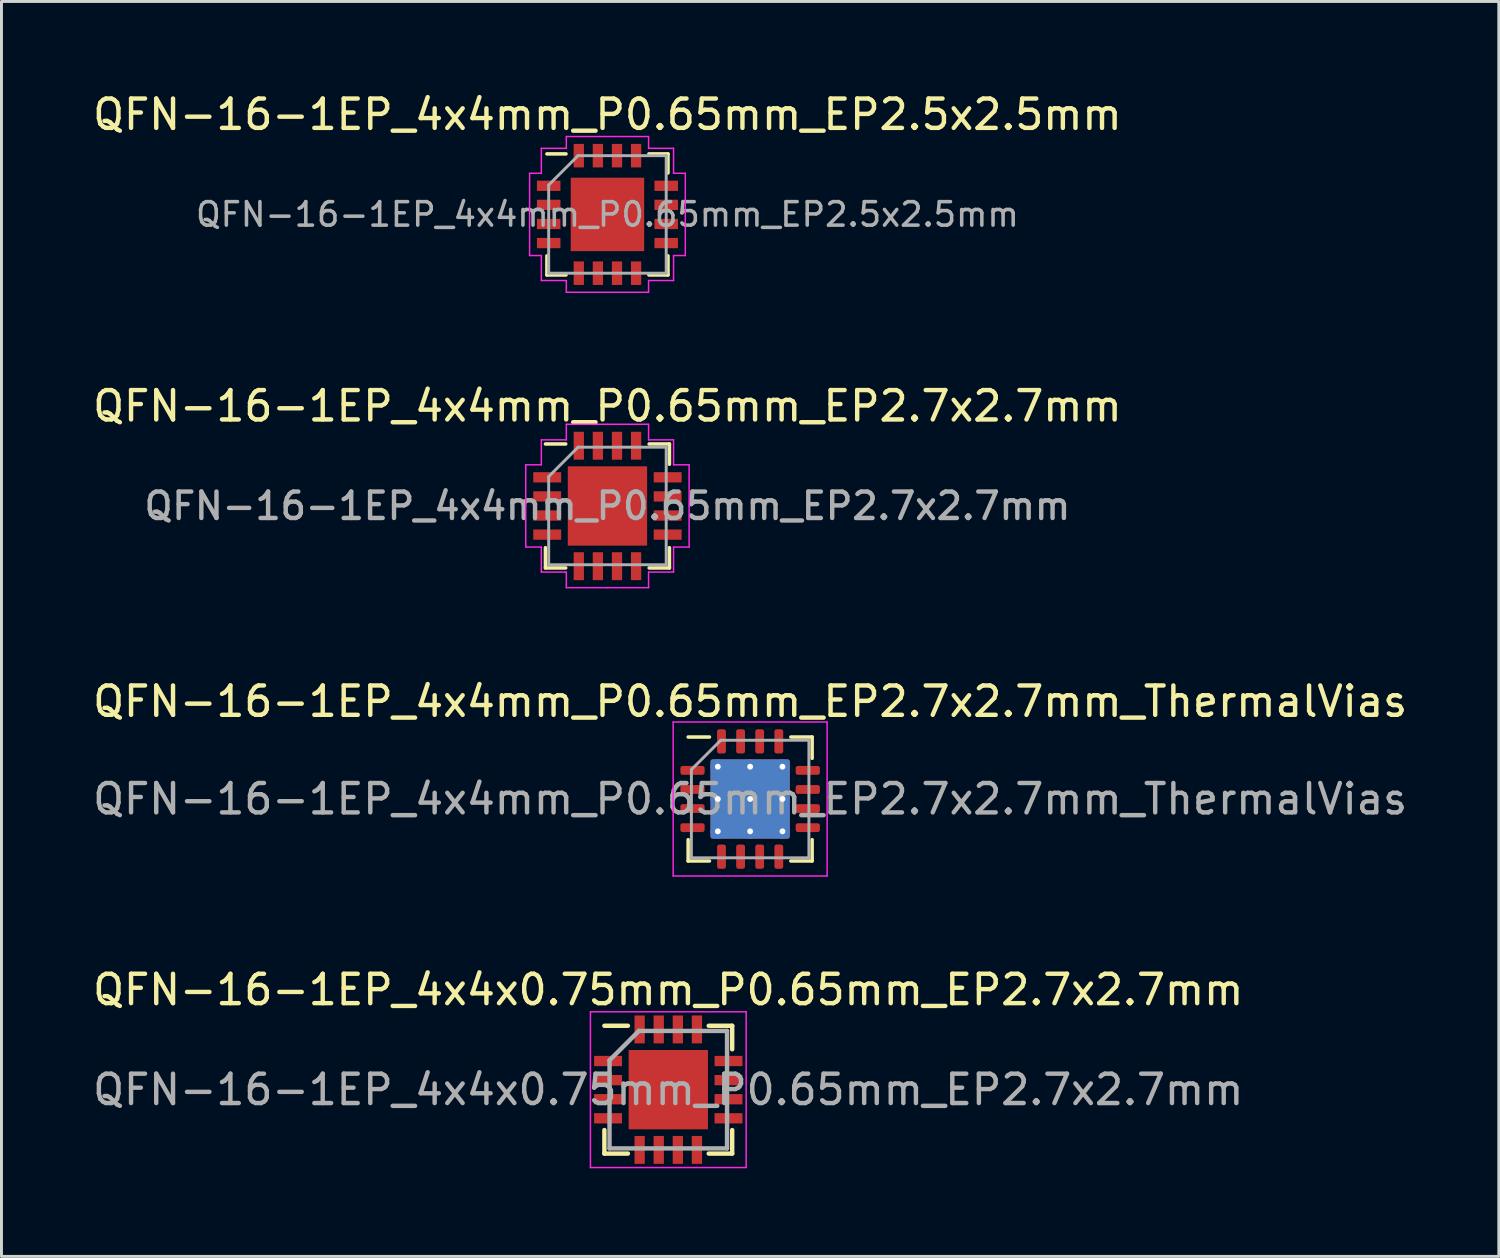
<source format=kicad_pcb>
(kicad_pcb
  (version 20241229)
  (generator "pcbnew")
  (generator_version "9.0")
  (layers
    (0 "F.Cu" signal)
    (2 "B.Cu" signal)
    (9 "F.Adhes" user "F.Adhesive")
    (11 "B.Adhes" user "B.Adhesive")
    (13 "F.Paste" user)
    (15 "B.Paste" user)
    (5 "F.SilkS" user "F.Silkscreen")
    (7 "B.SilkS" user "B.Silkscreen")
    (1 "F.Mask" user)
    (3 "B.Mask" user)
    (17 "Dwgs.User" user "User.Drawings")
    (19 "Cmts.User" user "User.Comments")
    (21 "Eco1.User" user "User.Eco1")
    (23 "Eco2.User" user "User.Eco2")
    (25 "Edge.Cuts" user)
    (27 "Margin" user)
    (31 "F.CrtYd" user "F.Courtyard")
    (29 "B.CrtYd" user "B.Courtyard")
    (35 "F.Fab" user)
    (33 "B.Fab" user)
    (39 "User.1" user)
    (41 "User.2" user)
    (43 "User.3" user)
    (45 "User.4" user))
  (footprint "QFN-16-1EP_4x4mm_P0.65mm_EP2.7x2.7mm"
    (layer "F.Cu")
    (at 17.625 14.171)
    (property "Reference" "QFN-16-1EP_4x4mm_P0.65mm_EP2.7x2.7mm" (at 0 -3.4 0) (layer "F.SilkS") (effects (font (size 1 1) (thickness 0.15))))
    (attr smd)
    (fp_line (start -2.11 1.42) (end -2.11 2.11) (stroke (width 0.12) (type solid)) (layer "F.SilkS"))
    (fp_line (start -1.42 -2.11) (end -2.11 -2.11) (stroke (width 0.12) (type solid)) (layer "F.SilkS"))
    (fp_line (start -1.42 2.11) (end -2.11 2.11) (stroke (width 0.12) (type solid)) (layer "F.SilkS"))
    (fp_line (start 1.42 2.11) (end 2.11 2.11) (stroke (width 0.12) (type solid)) (layer "F.SilkS"))
    (fp_line (start 2.11 -2.11) (end 1.42 -2.11) (stroke (width 0.12) (type solid)) (layer "F.SilkS"))
    (fp_line (start 2.11 -2.11) (end 2.11 -1.42) (stroke (width 0.12) (type solid)) (layer "F.SilkS"))
    (fp_line (start 2.11 1.42) (end 2.11 2.11) (stroke (width 0.12) (type solid)) (layer "F.SilkS"))
    (fp_line (start -2.78 -1.4) (end -2.25 -1.4) (stroke (width 0.05) (type solid)) (layer "F.CrtYd"))
    (fp_line (start -2.78 0) (end -2.78 -1.4) (stroke (width 0.05) (type solid)) (layer "F.CrtYd"))
    (fp_line (start -2.78 1.4) (end -2.78 0) (stroke (width 0.05) (type solid)) (layer "F.CrtYd"))
    (fp_line (start -2.25 -2.25) (end -1.4 -2.25) (stroke (width 0.05) (type solid)) (layer "F.CrtYd"))
    (fp_line (start -2.25 -1.4) (end -2.25 -2.25) (stroke (width 0.05) (type solid)) (layer "F.CrtYd"))
    (fp_line (start -2.25 1.4) (end -2.78 1.4) (stroke (width 0.05) (type solid)) (layer "F.CrtYd"))
    (fp_line (start -2.25 2.25) (end -2.25 1.4) (stroke (width 0.05) (type solid)) (layer "F.CrtYd"))
    (fp_line (start -1.4 -2.78) (end 0 -2.78) (stroke (width 0.05) (type solid)) (layer "F.CrtYd"))
    (fp_line (start -1.4 -2.25) (end -1.4 -2.78) (stroke (width 0.05) (type solid)) (layer "F.CrtYd"))
    (fp_line (start -1.4 2.25) (end -2.25 2.25) (stroke (width 0.05) (type solid)) (layer "F.CrtYd"))
    (fp_line (start -1.4 2.78) (end -1.4 2.25) (stroke (width 0.05) (type solid)) (layer "F.CrtYd"))
    (fp_line (start 0 -2.78) (end 1.4 -2.78) (stroke (width 0.05) (type solid)) (layer "F.CrtYd"))
    (fp_line (start 0 2.78) (end -1.4 2.78) (stroke (width 0.05) (type solid)) (layer "F.CrtYd"))
    (fp_line (start 1.4 -2.78) (end 1.4 -2.25) (stroke (width 0.05) (type solid)) (layer "F.CrtYd"))
    (fp_line (start 1.4 -2.25) (end 2.25 -2.25) (stroke (width 0.05) (type solid)) (layer "F.CrtYd"))
    (fp_line (start 1.4 2.25) (end 1.4 2.78) (stroke (width 0.05) (type solid)) (layer "F.CrtYd"))
    (fp_line (start 1.4 2.78) (end 0 2.78) (stroke (width 0.05) (type solid)) (layer "F.CrtYd"))
    (fp_line (start 2.25 -2.25) (end 2.25 -1.4) (stroke (width 0.05) (type solid)) (layer "F.CrtYd"))
    (fp_line (start 2.25 -1.4) (end 2.78 -1.4) (stroke (width 0.05) (type solid)) (layer "F.CrtYd"))
    (fp_line (start 2.25 1.4) (end 2.25 2.25) (stroke (width 0.05) (type solid)) (layer "F.CrtYd"))
    (fp_line (start 2.25 2.25) (end 1.4 2.25) (stroke (width 0.05) (type solid)) (layer "F.CrtYd"))
    (fp_line (start 2.78 -1.4) (end 2.78 0) (stroke (width 0.05) (type solid)) (layer "F.CrtYd"))
    (fp_line (start 2.78 0) (end 2.78 1.4) (stroke (width 0.05) (type solid)) (layer "F.CrtYd"))
    (fp_line (start 2.78 1.4) (end 2.25 1.4) (stroke (width 0.05) (type solid)) (layer "F.CrtYd"))
    (fp_line (start -2 -1) (end -1 -2) (stroke (width 0.1) (type solid)) (layer "F.Fab"))
    (fp_line (start -2 2) (end -2 -1) (stroke (width 0.1) (type solid)) (layer "F.Fab"))
    (fp_line (start -1 -2) (end 2 -2) (stroke (width 0.1) (type solid)) (layer "F.Fab"))
    (fp_line (start 2 -2) (end 2 2) (stroke (width 0.1) (type solid)) (layer "F.Fab"))
    (fp_line (start 2 2) (end -2 2) (stroke (width 0.1) (type solid)) (layer "F.Fab"))
    (fp_text user "${REFERENCE}" (at 0 0 0) (layer "F.Fab") (effects (font (size 0.9 0.9) (thickness 0.15))))
    (pad "" smd rect (at -0.675 -0.675) (size 1.09 1.09) (layers "F.Paste"))
    (pad "" smd rect (at -0.675 0.675) (size 1.09 1.09) (layers "F.Paste"))
    (pad "" smd rect (at 0.675 -0.675) (size 1.09 1.09) (layers "F.Paste"))
    (pad "" smd rect (at 0.675 0.675) (size 1.09 1.09) (layers "F.Paste"))
    (pad "1" smd rect (at -2.05 -0.975) (size 0.95 0.35) (layers "F.Cu" "F.Mask" "F.Paste"))
    (pad "2" smd rect (at -2.05 -0.325) (size 0.95 0.35) (layers "F.Cu" "F.Mask" "F.Paste"))
    (pad "3" smd rect (at -2.05 0.325) (size 0.95 0.35) (layers "F.Cu" "F.Mask" "F.Paste"))
    (pad "4" smd rect (at -2.05 0.975) (size 0.95 0.35) (layers "F.Cu" "F.Mask" "F.Paste"))
    (pad "5" smd rect (at -0.975 2.05 90) (size 0.95 0.35) (layers "F.Cu" "F.Mask" "F.Paste"))
    (pad "6" smd rect (at -0.325 2.05 90) (size 0.95 0.35) (layers "F.Cu" "F.Mask" "F.Paste"))
    (pad "7" smd rect (at 0.325 2.05 90) (size 0.95 0.35) (layers "F.Cu" "F.Mask" "F.Paste"))
    (pad "8" smd rect (at 0.975 2.05 90) (size 0.95 0.35) (layers "F.Cu" "F.Mask" "F.Paste"))
    (pad "9" smd rect (at 2.05 0.975) (size 0.95 0.35) (layers "F.Cu" "F.Mask" "F.Paste"))
    (pad "10" smd rect (at 2.05 0.325) (size 0.95 0.35) (layers "F.Cu" "F.Mask" "F.Paste"))
    (pad "11" smd rect (at 2.05 -0.325) (size 0.95 0.35) (layers "F.Cu" "F.Mask" "F.Paste"))
    (pad "12" smd rect (at 2.05 -0.975) (size 0.95 0.35) (layers "F.Cu" "F.Mask" "F.Paste"))
    (pad "13" smd rect (at 0.975 -2.05 90) (size 0.95 0.35) (layers "F.Cu" "F.Mask" "F.Paste"))
    (pad "14" smd rect (at 0.325 -2.05 90) (size 0.95 0.35) (layers "F.Cu" "F.Mask" "F.Paste"))
    (pad "15" smd rect (at -0.325 -2.05 90) (size 0.95 0.35) (layers "F.Cu" "F.Mask" "F.Paste"))
    (pad "16" smd rect (at -0.975 -2.05 90) (size 0.95 0.35) (layers "F.Cu" "F.Mask" "F.Paste"))
    (pad "17" smd rect (at 0 0) (size 2.7 2.7) (layers "F.Cu" "F.Mask")))
  (footprint "QFN-16-1EP_4x4x0.75mm_P0.65mm_EP2.7x2.7mm"
    (layer "F.Cu")
    (at 19.696 34.038)
    (property "Reference" "QFN-16-1EP_4x4x0.75mm_P0.65mm_EP2.7x2.7mm" (at 0 -3.4 0) (layer "F.SilkS") (effects (font (size 1 1) (thickness 0.15))))
    (attr smd)
    (fp_line (start -2.175 -2.175) (end -1.375 -2.175) (stroke (width 0.15) (type solid)) (layer "F.SilkS"))
    (fp_line (start -2.175 2.175) (end -2.175 1.375) (stroke (width 0.15) (type solid)) (layer "F.SilkS"))
    (fp_line (start -2.175 2.175) (end -1.375 2.175) (stroke (width 0.15) (type solid)) (layer "F.SilkS"))
    (fp_line (start 2.175 -2.175) (end 1.375 -2.175) (stroke (width 0.15) (type solid)) (layer "F.SilkS"))
    (fp_line (start 2.175 -2.175) (end 2.175 -1.375) (stroke (width 0.15) (type solid)) (layer "F.SilkS"))
    (fp_line (start 2.175 2.175) (end 1.375 2.175) (stroke (width 0.15) (type solid)) (layer "F.SilkS"))
    (fp_line (start 2.175 2.175) (end 2.175 1.375) (stroke (width 0.15) (type solid)) (layer "F.SilkS"))
    (fp_line (start -2.65 -2.65) (end -2.65 2.65) (stroke (width 0.05) (type solid)) (layer "F.CrtYd"))
    (fp_line (start -2.65 -2.65) (end 2.65 -2.65) (stroke (width 0.05) (type solid)) (layer "F.CrtYd"))
    (fp_line (start -2.65 2.65) (end 2.65 2.65) (stroke (width 0.05) (type solid)) (layer "F.CrtYd"))
    (fp_line (start 2.65 -2.65) (end 2.65 2.65) (stroke (width 0.05) (type solid)) (layer "F.CrtYd"))
    (fp_line (start -2 -1) (end -1 -2) (stroke (width 0.15) (type solid)) (layer "F.Fab"))
    (fp_line (start -2 2) (end -2 -1) (stroke (width 0.15) (type solid)) (layer "F.Fab"))
    (fp_line (start -1 -2) (end 2 -2) (stroke (width 0.15) (type solid)) (layer "F.Fab"))
    (fp_line (start 2 -2) (end 2 2) (stroke (width 0.15) (type solid)) (layer "F.Fab"))
    (fp_line (start 2 2) (end -2 2) (stroke (width 0.15) (type solid)) (layer "F.Fab"))
    (fp_text user "${REFERENCE}" (at 0 0 0) (layer "F.Fab") (effects (font (size 1 1) (thickness 0.15))))
    (pad "" smd rect (at -0.675 -0.675) (size 1.09 1.09) (layers "F.Paste"))
    (pad "" smd rect (at -0.675 0.675) (size 1.09 1.09) (layers "F.Paste"))
    (pad "" smd rect (at 0.675 -0.675) (size 1.09 1.09) (layers "F.Paste"))
    (pad "" smd rect (at 0.675 0.675) (size 1.09 1.09) (layers "F.Paste"))
    (pad "1" smd rect (at -2.05 -0.975) (size 0.95 0.35) (layers "F.Cu" "F.Mask" "F.Paste"))
    (pad "2" smd rect (at -2.05 -0.325) (size 0.95 0.35) (layers "F.Cu" "F.Mask" "F.Paste"))
    (pad "3" smd rect (at -2.05 0.325) (size 0.95 0.35) (layers "F.Cu" "F.Mask" "F.Paste"))
    (pad "4" smd rect (at -2.05 0.975) (size 0.95 0.35) (layers "F.Cu" "F.Mask" "F.Paste"))
    (pad "5" smd rect (at -0.975 2.05 90) (size 0.95 0.35) (layers "F.Cu" "F.Mask" "F.Paste"))
    (pad "6" smd rect (at -0.325 2.05 90) (size 0.95 0.35) (layers "F.Cu" "F.Mask" "F.Paste"))
    (pad "7" smd rect (at 0.325 2.05 90) (size 0.95 0.35) (layers "F.Cu" "F.Mask" "F.Paste"))
    (pad "8" smd rect (at 0.975 2.05 90) (size 0.95 0.35) (layers "F.Cu" "F.Mask" "F.Paste"))
    (pad "9" smd rect (at 2.05 0.975) (size 0.95 0.35) (layers "F.Cu" "F.Mask" "F.Paste"))
    (pad "10" smd rect (at 2.05 0.325) (size 0.95 0.35) (layers "F.Cu" "F.Mask" "F.Paste"))
    (pad "11" smd rect (at 2.05 -0.325) (size 0.95 0.35) (layers "F.Cu" "F.Mask" "F.Paste"))
    (pad "12" smd rect (at 2.05 -0.975) (size 0.95 0.35) (layers "F.Cu" "F.Mask" "F.Paste"))
    (pad "13" smd rect (at 0.975 -2.05 90) (size 0.95 0.35) (layers "F.Cu" "F.Mask" "F.Paste"))
    (pad "14" smd rect (at 0.325 -2.05 90) (size 0.95 0.35) (layers "F.Cu" "F.Mask" "F.Paste"))
    (pad "15" smd rect (at -0.325 -2.05 90) (size 0.95 0.35) (layers "F.Cu" "F.Mask" "F.Paste"))
    (pad "16" smd rect (at -0.975 -2.05 90) (size 0.95 0.35) (layers "F.Cu" "F.Mask" "F.Paste"))
    (pad "17" smd rect (at 0 0) (size 2.7 2.7) (layers "F.Cu" "F.Mask")))
  (footprint "QFN-16-1EP_4x4mm_P0.65mm_EP2.7x2.7mm_ThermalVias"
    (layer "F.Cu")
    (at 22.482 24.145)
    (property "Reference" "QFN-16-1EP_4x4mm_P0.65mm_EP2.7x2.7mm_ThermalVias" (at 0 -3.32 0) (layer "F.SilkS") (effects (font (size 1 1) (thickness 0.15))))
    (attr smd)
    (fp_line (start -2.11 2.11) (end -2.11 1.385) (stroke (width 0.12) (type solid)) (layer "F.SilkS"))
    (fp_line (start -1.385 -2.11) (end -2.11 -2.11) (stroke (width 0.12) (type solid)) (layer "F.SilkS"))
    (fp_line (start -1.385 2.11) (end -2.11 2.11) (stroke (width 0.12) (type solid)) (layer "F.SilkS"))
    (fp_line (start 1.385 -2.11) (end 2.11 -2.11) (stroke (width 0.12) (type solid)) (layer "F.SilkS"))
    (fp_line (start 1.385 2.11) (end 2.11 2.11) (stroke (width 0.12) (type solid)) (layer "F.SilkS"))
    (fp_line (start 2.11 -2.11) (end 2.11 -1.385) (stroke (width 0.12) (type solid)) (layer "F.SilkS"))
    (fp_line (start 2.11 2.11) (end 2.11 1.385) (stroke (width 0.12) (type solid)) (layer "F.SilkS"))
    (fp_line (start -2.62 -2.62) (end -2.62 2.62) (stroke (width 0.05) (type solid)) (layer "F.CrtYd"))
    (fp_line (start -2.62 2.62) (end 2.62 2.62) (stroke (width 0.05) (type solid)) (layer "F.CrtYd"))
    (fp_line (start 2.62 -2.62) (end -2.62 -2.62) (stroke (width 0.05) (type solid)) (layer "F.CrtYd"))
    (fp_line (start 2.62 2.62) (end 2.62 -2.62) (stroke (width 0.05) (type solid)) (layer "F.CrtYd"))
    (fp_line (start -2 -1) (end -1 -2) (stroke (width 0.1) (type solid)) (layer "F.Fab"))
    (fp_line (start -2 2) (end -2 -1) (stroke (width 0.1) (type solid)) (layer "F.Fab"))
    (fp_line (start -1 -2) (end 2 -2) (stroke (width 0.1) (type solid)) (layer "F.Fab"))
    (fp_line (start 2 -2) (end 2 2) (stroke (width 0.1) (type solid)) (layer "F.Fab"))
    (fp_line (start 2 2) (end -2 2) (stroke (width 0.1) (type solid)) (layer "F.Fab"))
    (fp_text user "${REFERENCE}" (at 0 0 0) (layer "F.Fab") (effects (font (size 1 1) (thickness 0.15))))
    (pad "" smd roundrect (at -0.675 -0.675) (size 1.17 1.17) (layers "F.Paste") (roundrect_rratio 0.214))
    (pad "" smd roundrect (at -0.675 0.675) (size 1.17 1.17) (layers "F.Paste") (roundrect_rratio 0.214))
    (pad "" smd roundrect (at 0.675 -0.675) (size 1.17 1.17) (layers "F.Paste") (roundrect_rratio 0.214))
    (pad "" smd roundrect (at 0.675 0.675) (size 1.17 1.17) (layers "F.Paste") (roundrect_rratio 0.214))
    (pad "1" smd roundrect (at -1.962 -0.975) (size 0.825 0.3) (layers "F.Cu" "F.Mask" "F.Paste") (roundrect_rratio 0.25))
    (pad "2" smd roundrect (at -1.962 -0.325) (size 0.825 0.3) (layers "F.Cu" "F.Mask" "F.Paste") (roundrect_rratio 0.25))
    (pad "3" smd roundrect (at -1.962 0.325) (size 0.825 0.3) (layers "F.Cu" "F.Mask" "F.Paste") (roundrect_rratio 0.25))
    (pad "4" smd roundrect (at -1.962 0.975) (size 0.825 0.3) (layers "F.Cu" "F.Mask" "F.Paste") (roundrect_rratio 0.25))
    (pad "5" smd roundrect (at -0.975 1.962) (size 0.3 0.825) (layers "F.Cu" "F.Mask" "F.Paste") (roundrect_rratio 0.25))
    (pad "6" smd roundrect (at -0.325 1.962) (size 0.3 0.825) (layers "F.Cu" "F.Mask" "F.Paste") (roundrect_rratio 0.25))
    (pad "7" smd roundrect (at 0.325 1.962) (size 0.3 0.825) (layers "F.Cu" "F.Mask" "F.Paste") (roundrect_rratio 0.25))
    (pad "8" smd roundrect (at 0.975 1.962) (size 0.3 0.825) (layers "F.Cu" "F.Mask" "F.Paste") (roundrect_rratio 0.25))
    (pad "9" smd roundrect (at 1.962 0.975) (size 0.825 0.3) (layers "F.Cu" "F.Mask" "F.Paste") (roundrect_rratio 0.25))
    (pad "10" smd roundrect (at 1.962 0.325) (size 0.825 0.3) (layers "F.Cu" "F.Mask" "F.Paste") (roundrect_rratio 0.25))
    (pad "11" smd roundrect (at 1.962 -0.325) (size 0.825 0.3) (layers "F.Cu" "F.Mask" "F.Paste") (roundrect_rratio 0.25))
    (pad "12" smd roundrect (at 1.962 -0.975) (size 0.825 0.3) (layers "F.Cu" "F.Mask" "F.Paste") (roundrect_rratio 0.25))
    (pad "13" smd roundrect (at 0.975 -1.962) (size 0.3 0.825) (layers "F.Cu" "F.Mask" "F.Paste") (roundrect_rratio 0.25))
    (pad "14" smd roundrect (at 0.325 -1.962) (size 0.3 0.825) (layers "F.Cu" "F.Mask" "F.Paste") (roundrect_rratio 0.25))
    (pad "15" smd roundrect (at -0.325 -1.962) (size 0.3 0.825) (layers "F.Cu" "F.Mask" "F.Paste") (roundrect_rratio 0.25))
    (pad "16" smd roundrect (at -0.975 -1.962) (size 0.3 0.825) (layers "F.Cu" "F.Mask" "F.Paste") (roundrect_rratio 0.25))
    (pad "17" thru_hole circle (at -1.1 -1.1) (size 0.5 0.5) (drill 0.2) (layers "*.Cu"))
    (pad "17" thru_hole circle (at -1.1 0) (size 0.5 0.5) (drill 0.2) (layers "*.Cu"))
    (pad "17" thru_hole circle (at -1.1 1.1) (size 0.5 0.5) (drill 0.2) (layers "*.Cu"))
    (pad "17" thru_hole circle (at 0 -1.1) (size 0.5 0.5) (drill 0.2) (layers "*.Cu"))
    (pad "17" thru_hole circle (at 0 0) (size 0.5 0.5) (drill 0.2) (layers "*.Cu"))
    (pad "17" smd roundrect (at 0 0) (size 2.7 2.7) (layers "F.Cu" "F.Mask") (roundrect_rratio 0.028))
    (pad "17" smd roundrect (at 0 0) (size 2.7 2.7) (layers "B.Cu") (roundrect_rratio 0.028))
    (pad "17" thru_hole circle (at 0 1.1) (size 0.5 0.5) (drill 0.2) (layers "*.Cu"))
    (pad "17" thru_hole circle (at 1.1 -1.1) (size 0.5 0.5) (drill 0.2) (layers "*.Cu"))
    (pad "17" thru_hole circle (at 1.1 0) (size 0.5 0.5) (drill 0.2) (layers "*.Cu"))
    (pad "17" thru_hole circle (at 1.1 1.1) (size 0.5 0.5) (drill 0.2) (layers "*.Cu")))
  (footprint "QFN-16-1EP_4x4mm_P0.65mm_EP2.5x2.5mm"
    (layer "F.Cu")
    (at 17.625 4.248)
    (property "Reference" "QFN-16-1EP_4x4mm_P0.65mm_EP2.5x2.5mm" (at 0 -3.4 0) (layer "F.SilkS") (effects (font (size 1 1) (thickness 0.15))))
    (attr smd)
    (fp_line (start -2.06 -2.06) (end -1.41 -2.06) (stroke (width 0.12) (type solid)) (layer "F.SilkS"))
    (fp_line (start -2.06 2.06) (end -2.06 1.41) (stroke (width 0.12) (type solid)) (layer "F.SilkS"))
    (fp_line (start -2.06 2.06) (end -1.41 2.06) (stroke (width 0.12) (type solid)) (layer "F.SilkS"))
    (fp_line (start 2.06 -2.06) (end 1.41 -2.06) (stroke (width 0.12) (type solid)) (layer "F.SilkS"))
    (fp_line (start 2.06 -2.06) (end 2.06 -1.41) (stroke (width 0.12) (type solid)) (layer "F.SilkS"))
    (fp_line (start 2.06 2.06) (end 1.41 2.06) (stroke (width 0.12) (type solid)) (layer "F.SilkS"))
    (fp_line (start 2.06 2.06) (end 2.06 1.41) (stroke (width 0.12) (type solid)) (layer "F.SilkS"))
    (fp_line (start -2.65 -1.4) (end -2.65 1.4) (stroke (width 0.05) (type solid)) (layer "F.CrtYd"))
    (fp_line (start -2.65 -1.4) (end -2.25 -1.4) (stroke (width 0.05) (type solid)) (layer "F.CrtYd"))
    (fp_line (start -2.65 1.4) (end -2.25 1.4) (stroke (width 0.05) (type solid)) (layer "F.CrtYd"))
    (fp_line (start -2.25 -2.25) (end -1.4 -2.25) (stroke (width 0.05) (type solid)) (layer "F.CrtYd"))
    (fp_line (start -2.25 -1.4) (end -2.25 -2.25) (stroke (width 0.05) (type solid)) (layer "F.CrtYd"))
    (fp_line (start -2.25 1.4) (end -2.25 2.25) (stroke (width 0.05) (type solid)) (layer "F.CrtYd"))
    (fp_line (start -2.25 2.25) (end -1.4 2.25) (stroke (width 0.05) (type solid)) (layer "F.CrtYd"))
    (fp_line (start -1.4 -2.65) (end -1.4 -2.25) (stroke (width 0.05) (type solid)) (layer "F.CrtYd"))
    (fp_line (start -1.4 -2.65) (end 1.4 -2.65) (stroke (width 0.05) (type solid)) (layer "F.CrtYd"))
    (fp_line (start -1.4 2.65) (end -1.4 2.25) (stroke (width 0.05) (type solid)) (layer "F.CrtYd"))
    (fp_line (start -1.4 2.65) (end 1.4 2.65) (stroke (width 0.05) (type solid)) (layer "F.CrtYd"))
    (fp_line (start 1.4 -2.65) (end 1.4 -2.25) (stroke (width 0.05) (type solid)) (layer "F.CrtYd"))
    (fp_line (start 1.4 2.25) (end 2.25 2.25) (stroke (width 0.05) (type solid)) (layer "F.CrtYd"))
    (fp_line (start 1.4 2.65) (end 1.4 2.25) (stroke (width 0.05) (type solid)) (layer "F.CrtYd"))
    (fp_line (start 2.25 -2.25) (end 1.4 -2.25) (stroke (width 0.05) (type solid)) (layer "F.CrtYd"))
    (fp_line (start 2.25 -1.4) (end 2.25 -2.25) (stroke (width 0.05) (type solid)) (layer "F.CrtYd"))
    (fp_line (start 2.25 2.25) (end 2.25 1.4) (stroke (width 0.05) (type solid)) (layer "F.CrtYd"))
    (fp_line (start 2.65 -1.4) (end 2.25 -1.4) (stroke (width 0.05) (type solid)) (layer "F.CrtYd"))
    (fp_line (start 2.65 -1.4) (end 2.65 1.4) (stroke (width 0.05) (type solid)) (layer "F.CrtYd"))
    (fp_line (start 2.65 1.4) (end 2.25 1.4) (stroke (width 0.05) (type solid)) (layer "F.CrtYd"))
    (fp_line (start -2 -1) (end -1 -2) (stroke (width 0.1) (type solid)) (layer "F.Fab"))
    (fp_line (start -2 2) (end -2 -1) (stroke (width 0.1) (type solid)) (layer "F.Fab"))
    (fp_line (start -1 -2) (end 2 -2) (stroke (width 0.1) (type solid)) (layer "F.Fab"))
    (fp_line (start 2 -2) (end 2 2) (stroke (width 0.1) (type solid)) (layer "F.Fab"))
    (fp_line (start 2 2) (end -2 2) (stroke (width 0.1) (type solid)) (layer "F.Fab"))
    (fp_text user "${REFERENCE}" (at 0 0 0) (layer "F.Fab") (effects (font (size 0.8 0.8) (thickness 0.12))))
    (pad "" smd rect (at -0.625 -0.625) (size 1.05 1.05) (layers "F.Paste"))
    (pad "" smd rect (at -0.625 0.625) (size 1.05 1.05) (layers "F.Paste"))
    (pad "" smd rect (at 0.625 -0.625) (size 1.05 1.05) (layers "F.Paste"))
    (pad "" smd rect (at 0.625 0.625) (size 1.05 1.05) (layers "F.Paste"))
    (pad "1" smd rect (at -2 -0.975) (size 0.8 0.35) (layers "F.Cu" "F.Mask" "F.Paste"))
    (pad "2" smd rect (at -2 -0.325) (size 0.8 0.35) (layers "F.Cu" "F.Mask" "F.Paste"))
    (pad "3" smd rect (at -2 0.325) (size 0.8 0.35) (layers "F.Cu" "F.Mask" "F.Paste"))
    (pad "4" smd rect (at -2 0.975) (size 0.8 0.35) (layers "F.Cu" "F.Mask" "F.Paste"))
    (pad "5" smd rect (at -0.975 2 90) (size 0.8 0.35) (layers "F.Cu" "F.Mask" "F.Paste"))
    (pad "6" smd rect (at -0.325 2 90) (size 0.8 0.35) (layers "F.Cu" "F.Mask" "F.Paste"))
    (pad "7" smd rect (at 0.325 2 90) (size 0.8 0.35) (layers "F.Cu" "F.Mask" "F.Paste"))
    (pad "8" smd rect (at 0.975 2 90) (size 0.8 0.35) (layers "F.Cu" "F.Mask" "F.Paste"))
    (pad "9" smd rect (at 2 0.975) (size 0.8 0.35) (layers "F.Cu" "F.Mask" "F.Paste"))
    (pad "10" smd rect (at 2 0.325) (size 0.8 0.35) (layers "F.Cu" "F.Mask" "F.Paste"))
    (pad "11" smd rect (at 2 -0.325) (size 0.8 0.35) (layers "F.Cu" "F.Mask" "F.Paste"))
    (pad "12" smd rect (at 2 -0.975) (size 0.8 0.35) (layers "F.Cu" "F.Mask" "F.Paste"))
    (pad "13" smd rect (at 0.975 -2 90) (size 0.8 0.35) (layers "F.Cu" "F.Mask" "F.Paste"))
    (pad "14" smd rect (at 0.325 -2 90) (size 0.8 0.35) (layers "F.Cu" "F.Mask" "F.Paste"))
    (pad "15" smd rect (at -0.325 -2 90) (size 0.8 0.35) (layers "F.Cu" "F.Mask" "F.Paste"))
    (pad "16" smd rect (at -0.975 -2 90) (size 0.8 0.35) (layers "F.Cu" "F.Mask" "F.Paste"))
    (pad "17" smd rect (at 0 0) (size 2.5 2.5) (layers "F.Cu" "F.Mask")))
  (gr_rect
    (start -3 -3)
    (end 47.964 39.713)
    (stroke (width 0.1) (type default))
    (fill no)
    (layer "Edge.Cuts")))
</source>
